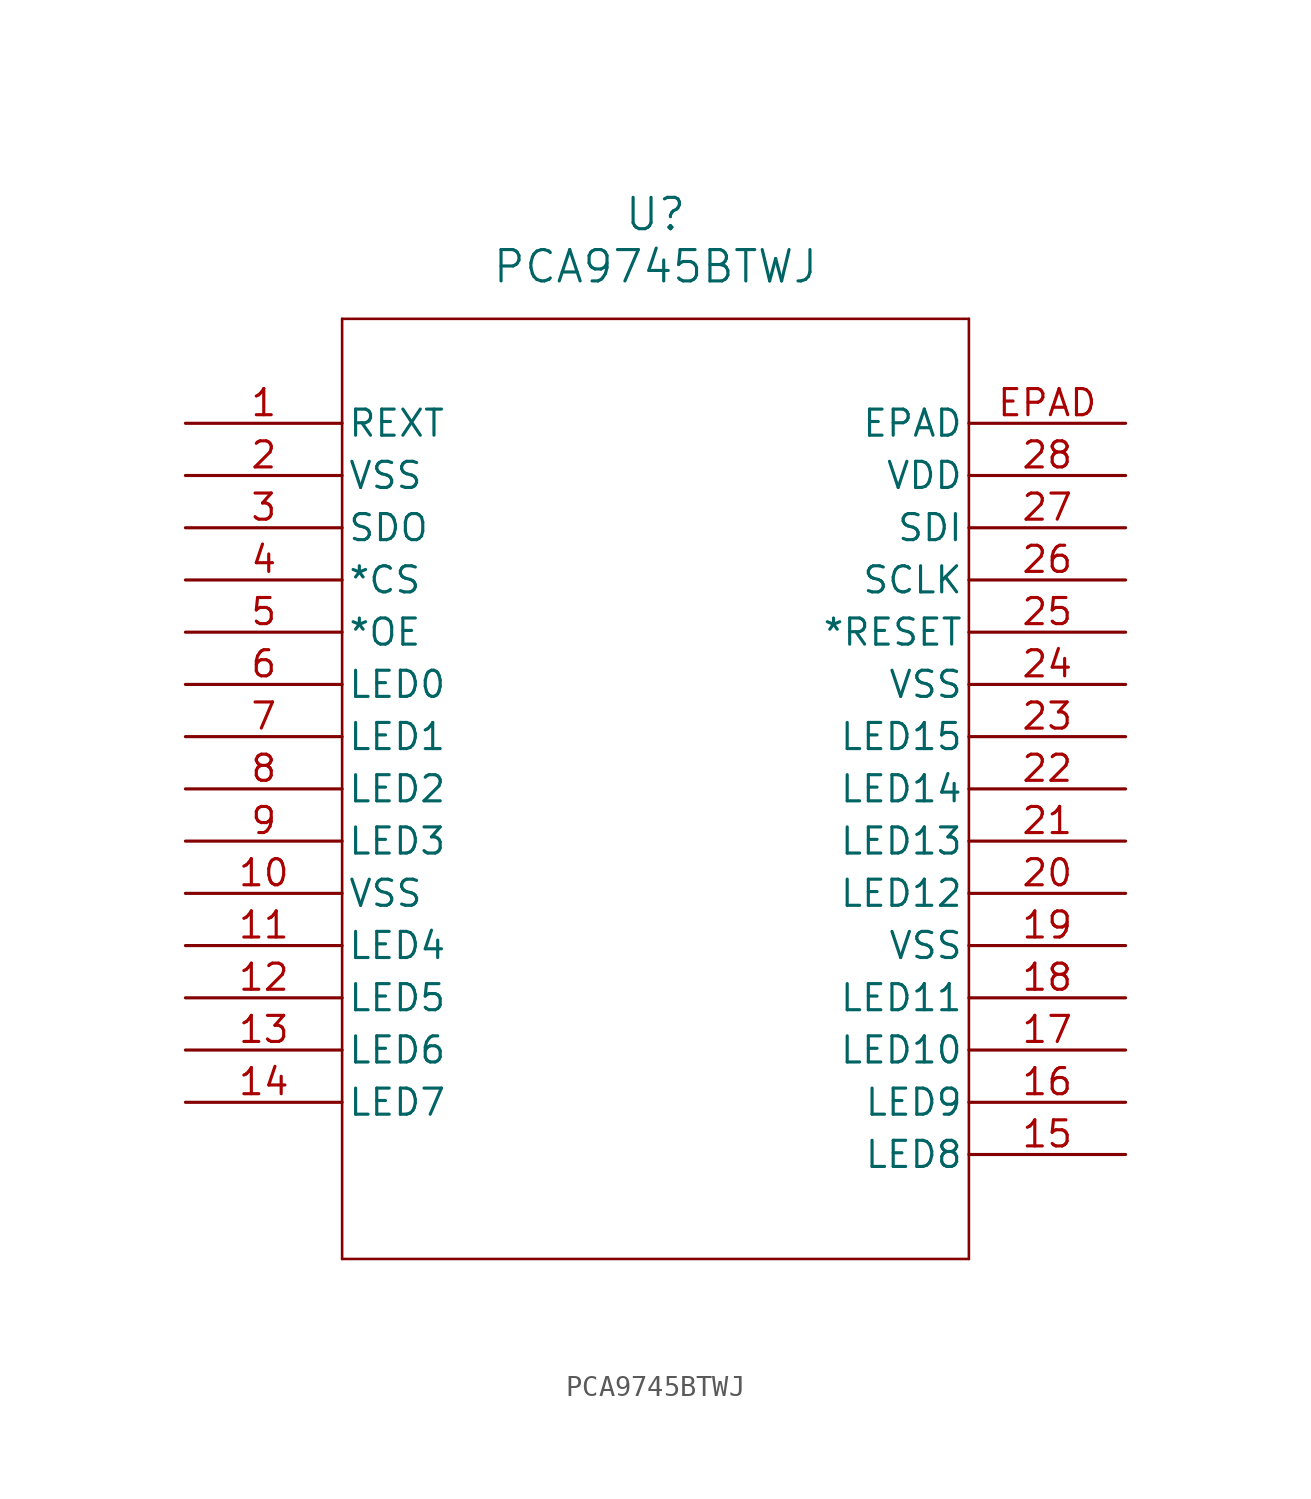
<source format=kicad_sym>
(kicad_symbol_lib
  (version 20211014)
  (generator kicad_symbol_editor)
  (symbol "PCA9745BTWJ"
    (pin_names
      (offset 0.254))
    (property "Reference" "U"
      (at 22.86 10.16 0)
      (effects (font (size 1.524 1.524))))
    (property "Value" "PCA9745BTWJ"
      (at 22.86 7.62 0)
      (effects (font (size 1.524 1.524))))
    (symbol "PCA9745BTWJ_0_1"
      (polyline (pts (xy 7.62 5.08) (xy 7.62 -40.64)) (stroke (width 0.127) (type default) (color 0 0 0 0)) (fill (type none)))
      (polyline (pts (xy 7.62 -40.64) (xy 38.1 -40.64)) (stroke (width 0.127) (type default) (color 0 0 0 0)) (fill (type none)))
      (polyline (pts (xy 38.1 -40.64) (xy 38.1 5.08)) (stroke (width 0.127) (type default) (color 0 0 0 0)) (fill (type none)))
      (polyline (pts (xy 38.1 5.08) (xy 7.62 5.08)) (stroke (width 0.127) (type default) (color 0 0 0 0)) (fill (type none)))
      (pin input line (at 0 0 0) (length 7.62) (name "REXT" (effects (font (size 1.27 1.27)))) (number "1" (effects (font (size 1.27 1.27)))))
      (pin power_in line (at 0 -2.54 0) (length 7.62) (name "VSS" (effects (font (size 1.27 1.27)))) (number "2" (effects (font (size 1.27 1.27)))))
      (pin output line (at 0 -5.08 0) (length 7.62) (name "SDO" (effects (font (size 1.27 1.27)))) (number "3" (effects (font (size 1.27 1.27)))))
      (pin input line (at 0 -7.62 0) (length 7.62) (name "*CS" (effects (font (size 1.27 1.27)))) (number "4" (effects (font (size 1.27 1.27)))))
      (pin input line (at 0 -10.16 0) (length 7.62) (name "*OE" (effects (font (size 1.27 1.27)))) (number "5" (effects (font (size 1.27 1.27)))))
      (pin output line (at 0 -12.7 0) (length 7.62) (name "LED0" (effects (font (size 1.27 1.27)))) (number "6" (effects (font (size 1.27 1.27)))))
      (pin output line (at 0 -15.24 0) (length 7.62) (name "LED1" (effects (font (size 1.27 1.27)))) (number "7" (effects (font (size 1.27 1.27)))))
      (pin output line (at 0 -17.78 0) (length 7.62) (name "LED2" (effects (font (size 1.27 1.27)))) (number "8" (effects (font (size 1.27 1.27)))))
      (pin output line (at 0 -20.32 0) (length 7.62) (name "LED3" (effects (font (size 1.27 1.27)))) (number "9" (effects (font (size 1.27 1.27)))))
      (pin power_in line (at 0 -22.86 0) (length 7.62) (name "VSS" (effects (font (size 1.27 1.27)))) (number "10" (effects (font (size 1.27 1.27)))))
      (pin output line (at 0 -25.4 0) (length 7.62) (name "LED4" (effects (font (size 1.27 1.27)))) (number "11" (effects (font (size 1.27 1.27)))))
      (pin output line (at 0 -27.94 0) (length 7.62) (name "LED5" (effects (font (size 1.27 1.27)))) (number "12" (effects (font (size 1.27 1.27)))))
      (pin output line (at 0 -30.48 0) (length 7.62) (name "LED6" (effects (font (size 1.27 1.27)))) (number "13" (effects (font (size 1.27 1.27)))))
      (pin output line (at 0 -33.02 0) (length 7.62) (name "LED7" (effects (font (size 1.27 1.27)))) (number "14" (effects (font (size 1.27 1.27)))))
      (pin output line (at 45.72 -35.56 180) (length 7.62) (name "LED8" (effects (font (size 1.27 1.27)))) (number "15" (effects (font (size 1.27 1.27)))))
      (pin output line (at 45.72 -33.02 180) (length 7.62) (name "LED9" (effects (font (size 1.27 1.27)))) (number "16" (effects (font (size 1.27 1.27)))))
      (pin output line (at 45.72 -30.48 180) (length 7.62) (name "LED10" (effects (font (size 1.27 1.27)))) (number "17" (effects (font (size 1.27 1.27)))))
      (pin output line (at 45.72 -27.94 180) (length 7.62) (name "LED11" (effects (font (size 1.27 1.27)))) (number "18" (effects (font (size 1.27 1.27)))))
      (pin power_in line (at 45.72 -25.4 180) (length 7.62) (name "VSS" (effects (font (size 1.27 1.27)))) (number "19" (effects (font (size 1.27 1.27)))))
      (pin output line (at 45.72 -22.86 180) (length 7.62) (name "LED12" (effects (font (size 1.27 1.27)))) (number "20" (effects (font (size 1.27 1.27)))))
      (pin output line (at 45.72 -20.32 180) (length 7.62) (name "LED13" (effects (font (size 1.27 1.27)))) (number "21" (effects (font (size 1.27 1.27)))))
      (pin output line (at 45.72 -17.78 180) (length 7.62) (name "LED14" (effects (font (size 1.27 1.27)))) (number "22" (effects (font (size 1.27 1.27)))))
      (pin output line (at 45.72 -15.24 180) (length 7.62) (name "LED15" (effects (font (size 1.27 1.27)))) (number "23" (effects (font (size 1.27 1.27)))))
      (pin power_in line (at 45.72 -12.7 180) (length 7.62) (name "VSS" (effects (font (size 1.27 1.27)))) (number "24" (effects (font (size 1.27 1.27)))))
      (pin input line (at 45.72 -10.16 180) (length 7.62) (name "*RESET" (effects (font (size 1.27 1.27)))) (number "25" (effects (font (size 1.27 1.27)))))
      (pin input line (at 45.72 -7.62 180) (length 7.62) (name "SCLK" (effects (font (size 1.27 1.27)))) (number "26" (effects (font (size 1.27 1.27)))))
      (pin input line (at 45.72 -5.08 180) (length 7.62) (name "SDI" (effects (font (size 1.27 1.27)))) (number "27" (effects (font (size 1.27 1.27)))))
      (pin power_in line (at 45.72 -2.54 180) (length 7.62) (name "VDD" (effects (font (size 1.27 1.27)))) (number "28" (effects (font (size 1.27 1.27)))))
      (pin unspecified line (at 45.72 0 180) (length 7.62) (name "EPAD" (effects (font (size 1.27 1.27)))) (number "EPAD" (effects (font (size 1.27 1.27))))))))
</source>
